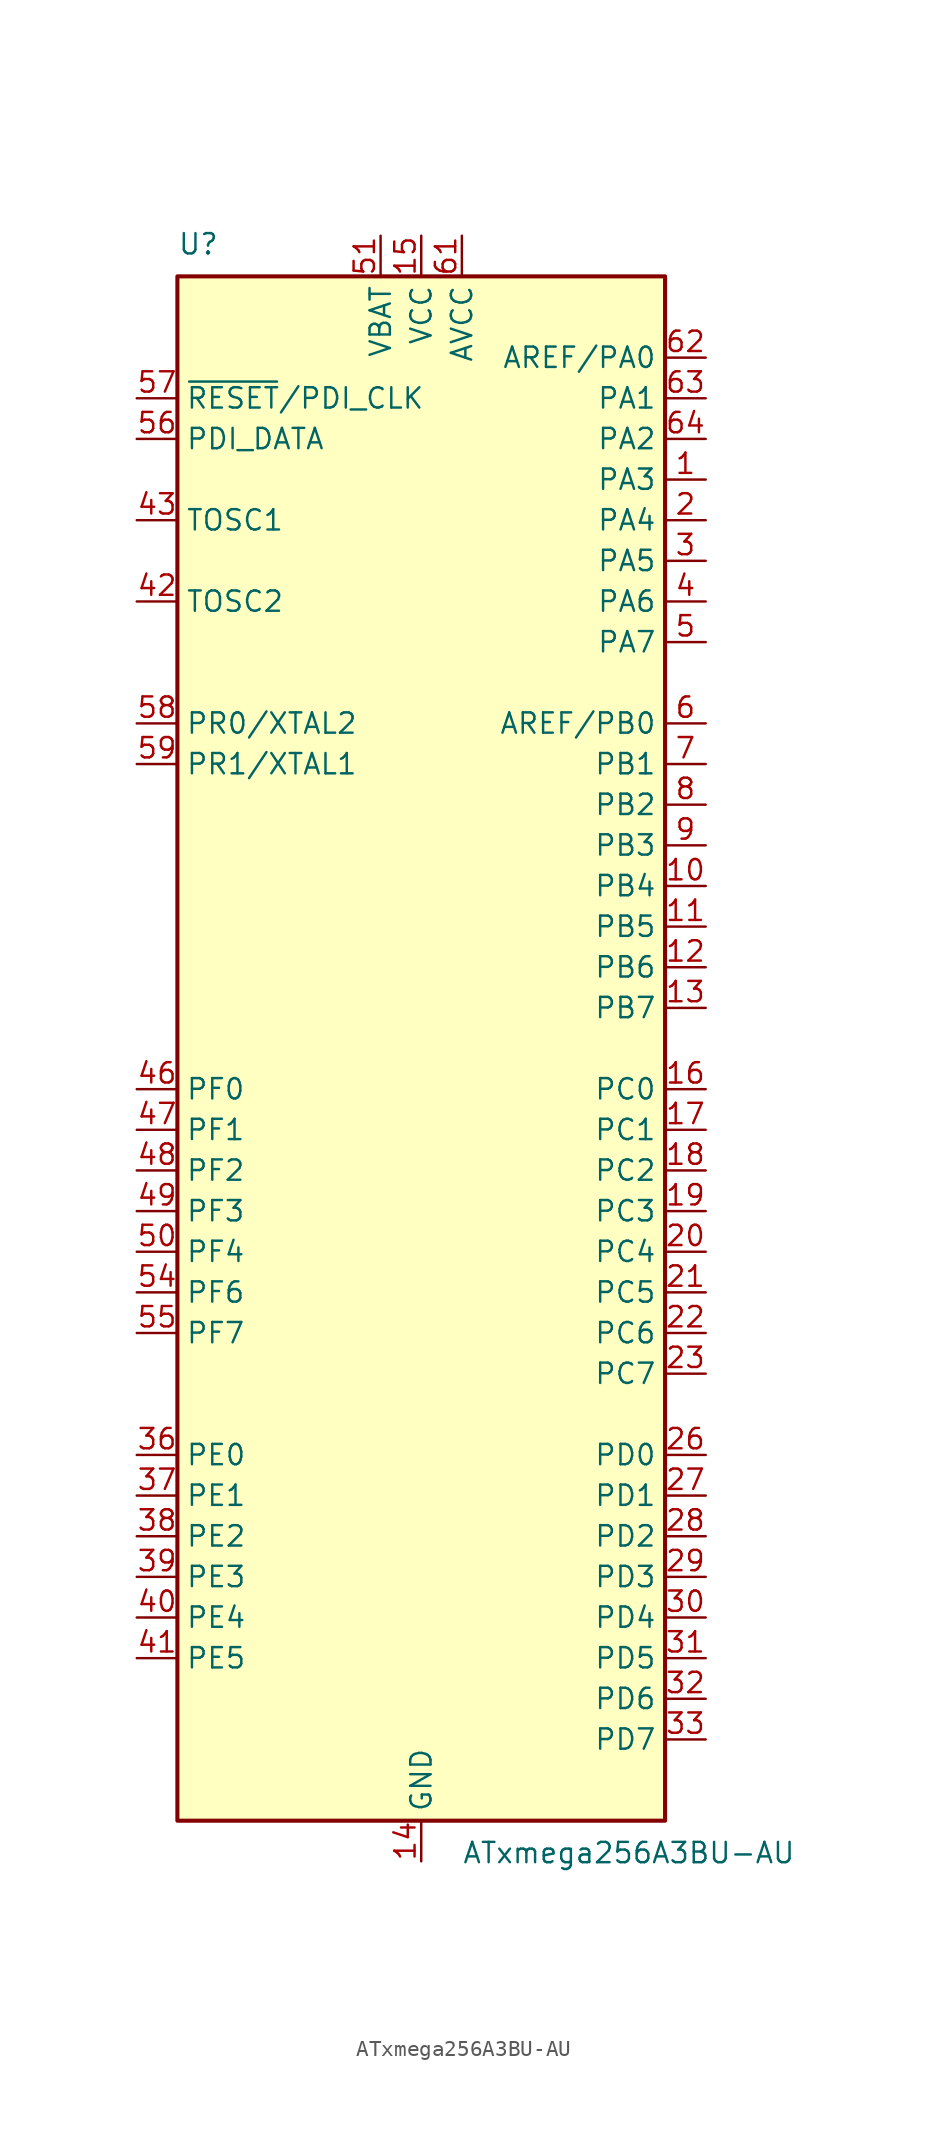
<source format=kicad_sym>
(kicad_symbol_lib
  (version 20201005)
  (generator kicad_symbol_editor)
  (symbol "ATxmega256A3BU-AU"
    (property "Reference" "U"
      (at -15.24 49.53 0)
      (effects (font (size 1.27 1.27)) (justify left bottom)))
    (property "Value" "ATxmega256A3BU-AU"
      (at 2.54 -49.53 0)
      (effects (font (size 1.27 1.27)) (justify left top)))
    (symbol "ATxmega256A3BU-AU_0_1"
      (rectangle (start -15.24 -48.26) (end 15.24 48.26) (stroke (width 0.254)) (fill (type background))))
    (symbol "ATxmega256A3BU-AU_1_1"
      (pin tri_state line (at 17.78 35.56 180) (length 2.54) (name "PA3" (effects (font (size 1.27 1.27)))) (number "1" (effects (font (size 1.27 1.27)))))
      (pin tri_state line (at 17.78 10.16 180) (length 2.54) (name "PB4" (effects (font (size 1.27 1.27)))) (number "10" (effects (font (size 1.27 1.27)))))
      (pin tri_state line (at 17.78 7.62 180) (length 2.54) (name "PB5" (effects (font (size 1.27 1.27)))) (number "11" (effects (font (size 1.27 1.27)))))
      (pin tri_state line (at 17.78 5.08 180) (length 2.54) (name "PB6" (effects (font (size 1.27 1.27)))) (number "12" (effects (font (size 1.27 1.27)))))
      (pin tri_state line (at 17.78 2.54 180) (length 2.54) (name "PB7" (effects (font (size 1.27 1.27)))) (number "13" (effects (font (size 1.27 1.27)))))
      (pin power_in line (at 0 -50.8 90) (length 2.54) (name "GND" (effects (font (size 1.27 1.27)))) (number "14" (effects (font (size 1.27 1.27)))))
      (pin power_in line (at 0 50.8 270) (length 2.54) (name "VCC" (effects (font (size 1.27 1.27)))) (number "15" (effects (font (size 1.27 1.27)))))
      (pin tri_state line (at 17.78 -2.54 180) (length 2.54) (name "PC0" (effects (font (size 1.27 1.27)))) (number "16" (effects (font (size 1.27 1.27)))))
      (pin tri_state line (at 17.78 -5.08 180) (length 2.54) (name "PC1" (effects (font (size 1.27 1.27)))) (number "17" (effects (font (size 1.27 1.27)))))
      (pin tri_state line (at 17.78 -7.62 180) (length 2.54) (name "PC2" (effects (font (size 1.27 1.27)))) (number "18" (effects (font (size 1.27 1.27)))))
      (pin tri_state line (at 17.78 -10.16 180) (length 2.54) (name "PC3" (effects (font (size 1.27 1.27)))) (number "19" (effects (font (size 1.27 1.27)))))
      (pin tri_state line (at 17.78 33.02 180) (length 2.54) (name "PA4" (effects (font (size 1.27 1.27)))) (number "2" (effects (font (size 1.27 1.27)))))
      (pin tri_state line (at 17.78 -12.7 180) (length 2.54) (name "PC4" (effects (font (size 1.27 1.27)))) (number "20" (effects (font (size 1.27 1.27)))))
      (pin tri_state line (at 17.78 -15.24 180) (length 2.54) (name "PC5" (effects (font (size 1.27 1.27)))) (number "21" (effects (font (size 1.27 1.27)))))
      (pin tri_state line (at 17.78 -17.78 180) (length 2.54) (name "PC6" (effects (font (size 1.27 1.27)))) (number "22" (effects (font (size 1.27 1.27)))))
      (pin tri_state line (at 17.78 -20.32 180) (length 2.54) (name "PC7" (effects (font (size 1.27 1.27)))) (number "23" (effects (font (size 1.27 1.27)))))
      (pin passive line (at 0 -50.8 90) (length 2.54) hide (name "GND" (effects (font (size 1.27 1.27)))) (number "24" (effects (font (size 1.27 1.27)))))
      (pin passive line (at 0 50.8 270) (length 2.54) hide (name "VCC" (effects (font (size 1.27 1.27)))) (number "25" (effects (font (size 1.27 1.27)))))
      (pin tri_state line (at 17.78 -25.4 180) (length 2.54) (name "PD0" (effects (font (size 1.27 1.27)))) (number "26" (effects (font (size 1.27 1.27)))))
      (pin tri_state line (at 17.78 -27.94 180) (length 2.54) (name "PD1" (effects (font (size 1.27 1.27)))) (number "27" (effects (font (size 1.27 1.27)))))
      (pin tri_state line (at 17.78 -30.48 180) (length 2.54) (name "PD2" (effects (font (size 1.27 1.27)))) (number "28" (effects (font (size 1.27 1.27)))))
      (pin tri_state line (at 17.78 -33.02 180) (length 2.54) (name "PD3" (effects (font (size 1.27 1.27)))) (number "29" (effects (font (size 1.27 1.27)))))
      (pin tri_state line (at 17.78 30.48 180) (length 2.54) (name "PA5" (effects (font (size 1.27 1.27)))) (number "3" (effects (font (size 1.27 1.27)))))
      (pin tri_state line (at 17.78 -35.56 180) (length 2.54) (name "PD4" (effects (font (size 1.27 1.27)))) (number "30" (effects (font (size 1.27 1.27)))))
      (pin tri_state line (at 17.78 -38.1 180) (length 2.54) (name "PD5" (effects (font (size 1.27 1.27)))) (number "31" (effects (font (size 1.27 1.27)))))
      (pin tri_state line (at 17.78 -40.64 180) (length 2.54) (name "PD6" (effects (font (size 1.27 1.27)))) (number "32" (effects (font (size 1.27 1.27)))))
      (pin tri_state line (at 17.78 -43.18 180) (length 2.54) (name "PD7" (effects (font (size 1.27 1.27)))) (number "33" (effects (font (size 1.27 1.27)))))
      (pin passive line (at 0 -50.8 90) (length 2.54) hide (name "GND" (effects (font (size 1.27 1.27)))) (number "34" (effects (font (size 1.27 1.27)))))
      (pin passive line (at 0 50.8 270) (length 2.54) hide (name "VCC" (effects (font (size 1.27 1.27)))) (number "35" (effects (font (size 1.27 1.27)))))
      (pin tri_state line (at -17.78 -25.4 0) (length 2.54) (name "PE0" (effects (font (size 1.27 1.27)))) (number "36" (effects (font (size 1.27 1.27)))))
      (pin tri_state line (at -17.78 -27.94 0) (length 2.54) (name "PE1" (effects (font (size 1.27 1.27)))) (number "37" (effects (font (size 1.27 1.27)))))
      (pin tri_state line (at -17.78 -30.48 0) (length 2.54) (name "PE2" (effects (font (size 1.27 1.27)))) (number "38" (effects (font (size 1.27 1.27)))))
      (pin tri_state line (at -17.78 -33.02 0) (length 2.54) (name "PE3" (effects (font (size 1.27 1.27)))) (number "39" (effects (font (size 1.27 1.27)))))
      (pin tri_state line (at 17.78 27.94 180) (length 2.54) (name "PA6" (effects (font (size 1.27 1.27)))) (number "4" (effects (font (size 1.27 1.27)))))
      (pin tri_state line (at -17.78 -35.56 0) (length 2.54) (name "PE4" (effects (font (size 1.27 1.27)))) (number "40" (effects (font (size 1.27 1.27)))))
      (pin tri_state line (at -17.78 -38.1 0) (length 2.54) (name "PE5" (effects (font (size 1.27 1.27)))) (number "41" (effects (font (size 1.27 1.27)))))
      (pin passive line (at -17.78 27.94 0) (length 2.54) (name "TOSC2" (effects (font (size 1.27 1.27)))) (number "42" (effects (font (size 1.27 1.27)))))
      (pin input line (at -17.78 33.02 0) (length 2.54) (name "TOSC1" (effects (font (size 1.27 1.27)))) (number "43" (effects (font (size 1.27 1.27)))))
      (pin passive line (at 0 -50.8 90) (length 2.54) hide (name "GND" (effects (font (size 1.27 1.27)))) (number "44" (effects (font (size 1.27 1.27)))))
      (pin passive line (at 0 50.8 270) (length 2.54) hide (name "VCC" (effects (font (size 1.27 1.27)))) (number "45" (effects (font (size 1.27 1.27)))))
      (pin tri_state line (at -17.78 -2.54 0) (length 2.54) (name "PF0" (effects (font (size 1.27 1.27)))) (number "46" (effects (font (size 1.27 1.27)))))
      (pin tri_state line (at -17.78 -5.08 0) (length 2.54) (name "PF1" (effects (font (size 1.27 1.27)))) (number "47" (effects (font (size 1.27 1.27)))))
      (pin tri_state line (at -17.78 -7.62 0) (length 2.54) (name "PF2" (effects (font (size 1.27 1.27)))) (number "48" (effects (font (size 1.27 1.27)))))
      (pin tri_state line (at -17.78 -10.16 0) (length 2.54) (name "PF3" (effects (font (size 1.27 1.27)))) (number "49" (effects (font (size 1.27 1.27)))))
      (pin tri_state line (at 17.78 25.4 180) (length 2.54) (name "PA7" (effects (font (size 1.27 1.27)))) (number "5" (effects (font (size 1.27 1.27)))))
      (pin tri_state line (at -17.78 -12.7 0) (length 2.54) (name "PF4" (effects (font (size 1.27 1.27)))) (number "50" (effects (font (size 1.27 1.27)))))
      (pin power_in line (at -2.54 50.8 270) (length 2.54) (name "VBAT" (effects (font (size 1.27 1.27)))) (number "51" (effects (font (size 1.27 1.27)))))
      (pin passive line (at 0 -50.8 90) (length 2.54) hide (name "GND" (effects (font (size 1.27 1.27)))) (number "52" (effects (font (size 1.27 1.27)))))
      (pin passive line (at 0 50.8 270) (length 2.54) hide (name "VCC" (effects (font (size 1.27 1.27)))) (number "53" (effects (font (size 1.27 1.27)))))
      (pin tri_state line (at -17.78 -15.24 0) (length 2.54) (name "PF6" (effects (font (size 1.27 1.27)))) (number "54" (effects (font (size 1.27 1.27)))))
      (pin tri_state line (at -17.78 -17.78 0) (length 2.54) (name "PF7" (effects (font (size 1.27 1.27)))) (number "55" (effects (font (size 1.27 1.27)))))
      (pin bidirectional line (at -17.78 38.1 0) (length 2.54) (name "PDI_DATA" (effects (font (size 1.27 1.27)))) (number "56" (effects (font (size 1.27 1.27)))))
      (pin input line (at -17.78 40.64 0) (length 2.54) (name "~RESET~/PDI_CLK" (effects (font (size 1.27 1.27)))) (number "57" (effects (font (size 1.27 1.27)))))
      (pin tri_state line (at -17.78 20.32 0) (length 2.54) (name "PR0/XTAL2" (effects (font (size 1.27 1.27)))) (number "58" (effects (font (size 1.27 1.27)))))
      (pin tri_state line (at -17.78 17.78 0) (length 2.54) (name "PR1/XTAL1" (effects (font (size 1.27 1.27)))) (number "59" (effects (font (size 1.27 1.27)))))
      (pin tri_state line (at 17.78 20.32 180) (length 2.54) (name "AREF/PB0" (effects (font (size 1.27 1.27)))) (number "6" (effects (font (size 1.27 1.27)))))
      (pin passive line (at 0 -50.8 90) (length 2.54) hide (name "GND" (effects (font (size 1.27 1.27)))) (number "60" (effects (font (size 1.27 1.27)))))
      (pin power_in line (at 2.54 50.8 270) (length 2.54) (name "AVCC" (effects (font (size 1.27 1.27)))) (number "61" (effects (font (size 1.27 1.27)))))
      (pin tri_state line (at 17.78 43.18 180) (length 2.54) (name "AREF/PA0" (effects (font (size 1.27 1.27)))) (number "62" (effects (font (size 1.27 1.27)))))
      (pin tri_state line (at 17.78 40.64 180) (length 2.54) (name "PA1" (effects (font (size 1.27 1.27)))) (number "63" (effects (font (size 1.27 1.27)))))
      (pin tri_state line (at 17.78 38.1 180) (length 2.54) (name "PA2" (effects (font (size 1.27 1.27)))) (number "64" (effects (font (size 1.27 1.27)))))
      (pin tri_state line (at 17.78 17.78 180) (length 2.54) (name "PB1" (effects (font (size 1.27 1.27)))) (number "7" (effects (font (size 1.27 1.27)))))
      (pin tri_state line (at 17.78 15.24 180) (length 2.54) (name "PB2" (effects (font (size 1.27 1.27)))) (number "8" (effects (font (size 1.27 1.27)))))
      (pin tri_state line (at 17.78 12.7 180) (length 2.54) (name "PB3" (effects (font (size 1.27 1.27)))) (number "9" (effects (font (size 1.27 1.27))))))))
</source>
